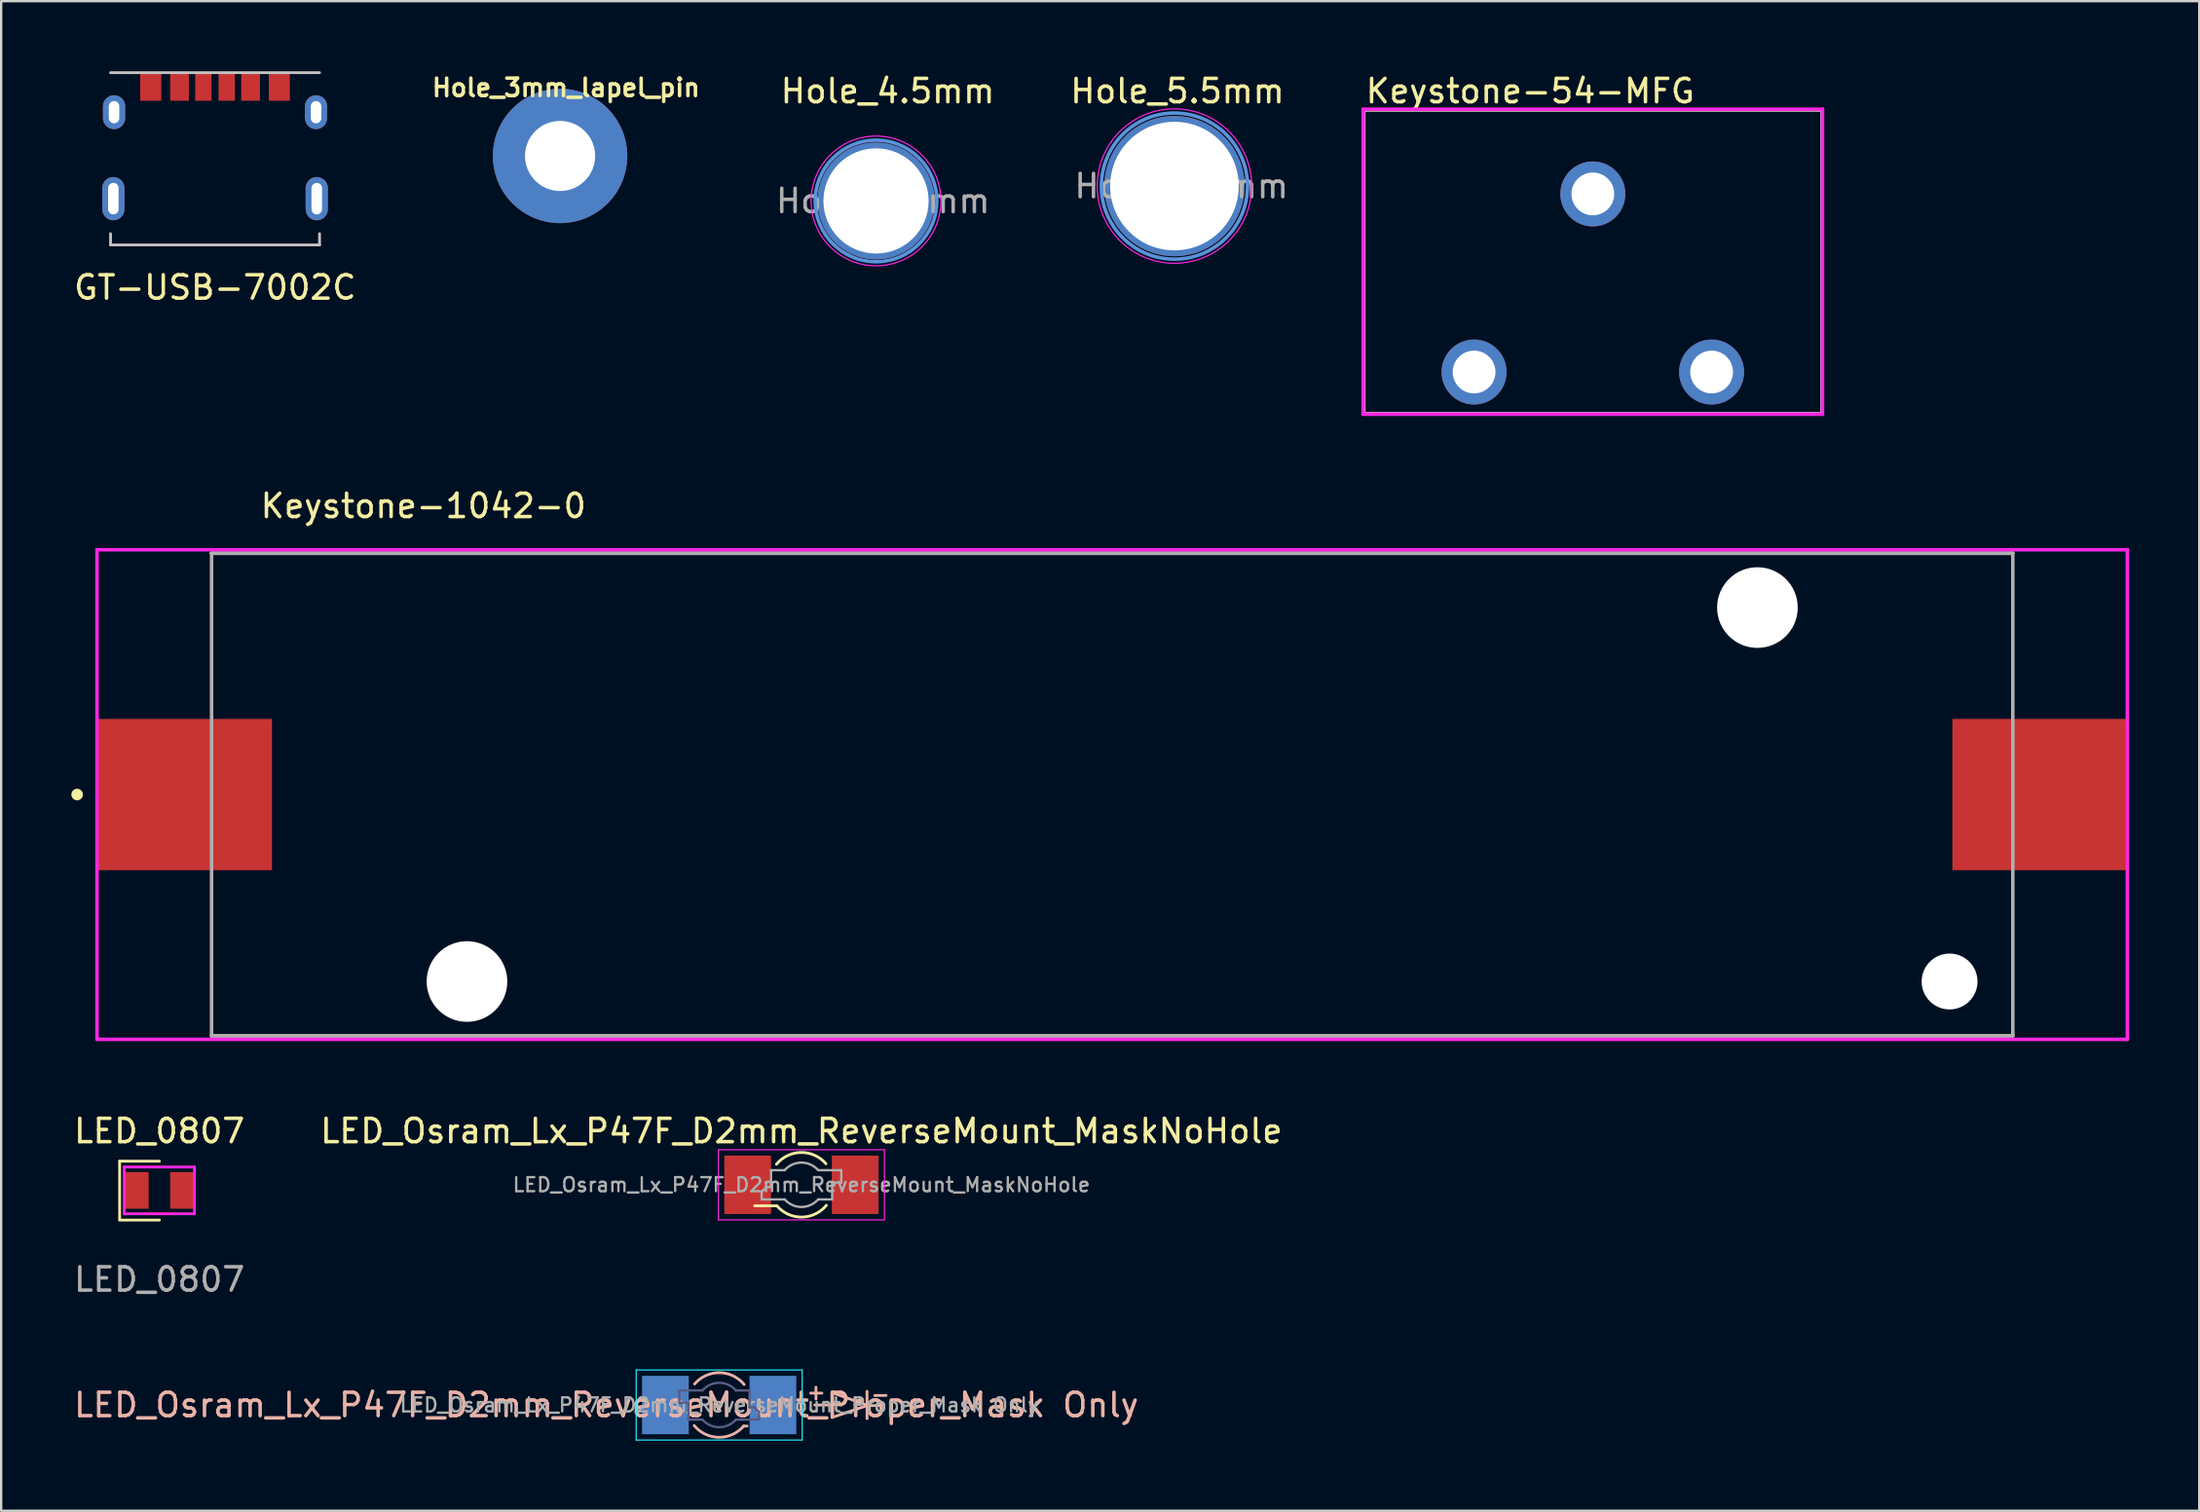
<source format=kicad_pcb>
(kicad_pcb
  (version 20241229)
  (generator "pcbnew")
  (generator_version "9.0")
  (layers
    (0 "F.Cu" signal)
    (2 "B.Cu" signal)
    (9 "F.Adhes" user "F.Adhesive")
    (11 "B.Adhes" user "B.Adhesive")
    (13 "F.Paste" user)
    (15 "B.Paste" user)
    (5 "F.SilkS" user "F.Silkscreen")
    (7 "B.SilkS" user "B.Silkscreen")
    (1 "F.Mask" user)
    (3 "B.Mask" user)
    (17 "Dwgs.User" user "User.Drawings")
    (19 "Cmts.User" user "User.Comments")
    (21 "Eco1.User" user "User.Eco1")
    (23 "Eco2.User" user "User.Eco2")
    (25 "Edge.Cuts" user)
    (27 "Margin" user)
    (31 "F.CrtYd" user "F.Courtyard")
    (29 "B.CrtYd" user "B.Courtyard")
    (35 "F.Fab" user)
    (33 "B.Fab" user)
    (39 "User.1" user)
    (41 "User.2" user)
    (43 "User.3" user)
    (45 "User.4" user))
  (footprint "LED_Osram_Lx_P47F_D2mm_ReverseMount_Proper_Mask Only"
    (layer "F.Cu")
    (at 27.713 57.068)
    (property "Reference" "LED_Osram_Lx_P47F_D2mm_ReverseMount_Proper_Mask Only" (at -4.826 0 0) (layer "B.SilkS") (effects (font (size 1 1) (thickness 0.15))))
    (attr smd)
    (fp_circle (center 0 0.000295) (end 1.092 0.000295) (stroke (width 0.12) (type solid)) (fill yes) (layer "F.Mask"))
    (fp_circle (center 0 0) (end -1.092 0) (stroke (width 0.12) (type solid)) (fill yes) (layer "B.Mask"))
    (fp_poly (pts (xy -3.302 1.245) (xy -1.321 1.245) (xy -1.321 -1.245) (xy -3.302 -1.245)) (stroke (width 0.1) (type solid)) (fill yes) (layer "B.Mask"))
    (fp_poly (pts (xy 1.321 1.219) (xy 3.251 1.219) (xy 3.251 -1.219) (xy 1.321 -1.219)) (stroke (width 0.1) (type solid)) (fill yes) (layer "B.Mask"))
    (fp_line (start 1.194 0.9) (end 1.05 0.9) (stroke (width 0.12) (type solid)) (layer "B.SilkS"))
    (fp_line (start 4.14 -0.762) (end 4.14 -0.254) (stroke (width 0.12) (type solid)) (layer "B.SilkS"))
    (fp_line (start 4.394 -0.508) (end 3.912 -0.508) (stroke (width 0.12) (type solid)) (layer "B.SilkS"))
    (fp_line (start 4.801 0) (end 4.089 0) (stroke (width 0.12) (type solid)) (layer "B.SilkS"))
    (fp_line (start 4.826 -0.533) (end 6.299 0) (stroke (width 0.12) (type solid)) (layer "B.SilkS"))
    (fp_line (start 4.826 0.533) (end 4.826 -0.533) (stroke (width 0.12) (type solid)) (layer "B.SilkS"))
    (fp_line (start 6.325 -0.584) (end 6.325 0.584) (stroke (width 0.12) (type solid)) (layer "B.SilkS"))
    (fp_line (start 6.325 0.025) (end 4.826 0.533) (stroke (width 0.12) (type solid)) (layer "B.SilkS"))
    (fp_line (start 6.325 0.025) (end 6.934 0.025) (stroke (width 0.12) (type solid)) (layer "B.SilkS"))
    (fp_line (start 7.137 -0.408) (end 6.655 -0.408) (stroke (width 0.12) (type solid)) (layer "B.SilkS"))
    (fp_arc (start -1.05 -0.9) (mid 0.014513 -1.382856) (end 1.068658 -0.877765) (stroke (width 0.12) (type solid)) (layer "B.SilkS"))
    (fp_arc (start 1.05 0.9) (mid -0.014513 1.382856) (end -1.068658 0.877765) (stroke (width 0.12) (type solid)) (layer "B.SilkS"))
    (fp_line (start -3.55 -1.5) (end -3.55 1.5) (stroke (width 0.05) (type solid)) (layer "B.CrtYd"))
    (fp_line (start -3.55 1.5) (end 3.55 1.5) (stroke (width 0.05) (type solid)) (layer "B.CrtYd"))
    (fp_line (start 3.55 -1.5) (end -3.55 -1.5) (stroke (width 0.05) (type solid)) (layer "B.CrtYd"))
    (fp_line (start 3.55 1.5) (end 3.55 -1.5) (stroke (width 0.05) (type solid)) (layer "B.CrtYd"))
    (fp_line (start -1.705 -0.625) (end -1.705 -0.095) (stroke (width 0.1) (type solid)) (layer "B.Fab"))
    (fp_line (start -1.705 -0.095) (end -1.315 -0.095) (stroke (width 0.1) (type solid)) (layer "B.Fab"))
    (fp_line (start -1.315 -0.095) (end -1.315 0.625) (stroke (width 0.1) (type solid)) (layer "B.Fab"))
    (fp_line (start -0.715 -0.625) (end -1.705 -0.625) (stroke (width 0.1) (type solid)) (layer "B.Fab"))
    (fp_line (start -0.715 0.625) (end -1.315 0.625) (stroke (width 0.1) (type solid)) (layer "B.Fab"))
    (fp_line (start 0.715 0.625) (end 1.7 0.625) (stroke (width 0.1) (type solid)) (layer "B.Fab"))
    (fp_line (start 1.3 -0.625) (end 0.715 -0.625) (stroke (width 0.1) (type solid)) (layer "B.Fab"))
    (fp_line (start 1.3 0.1) (end 1.3 -0.625) (stroke (width 0.1) (type solid)) (layer "B.Fab"))
    (fp_line (start 1.5 0.1) (end 1.3 0.1) (stroke (width 0.1) (type solid)) (layer "B.Fab"))
    (fp_line (start 1.7 0.3) (end 1.5 0.1) (stroke (width 0.1) (type solid)) (layer "B.Fab"))
    (fp_line (start 1.7 0.3) (end 1.7 0.625) (stroke (width 0.1) (type solid)) (layer "B.Fab"))
    (fp_arc (start -0.715 -0.625) (mid -0.000704 -0.949658) (end 0.714073 -0.626059) (stroke (width 0.1) (type solid)) (layer "B.Fab"))
    (fp_arc (start 0.715 0.625) (mid 0.000704 0.949658) (end -0.714073 0.626059) (stroke (width 0.1) (type solid)) (layer "B.Fab"))
    (fp_text user "${REFERENCE}" (at 0 0 0) (layer "F.Fab") (effects (font (size 0.6 0.6) (thickness 0.1))))
    (pad "" smd rect (at -2.286 0) (size 1.956 2.464) (layers "B.Mask" "B.Paste"))
    (pad "" smd rect (at 2.286 0) (size 1.93 2.438) (layers "B.Mask" "B.Paste"))
    (pad "1" smd rect (at 2.3 0) (size 2 2.5) (layers "B.Cu"))
    (pad "2" smd rect (at -2.3 0) (size 2 2.5) (layers "B.Cu"))
    (zone (net_name "") (layers "F.Cu" "B.Cu" "F.SilkS") (name "keep out") (hatch edge 0.127) (connect_pads) (min_thickness 0.25) (filled_areas_thickness no) (keepout (tracks not_allowed) (vias not_allowed) (pads not_allowed) (copperpour not_allowed) (footprints not_allowed)) (placement (enabled no)) (fill) (polygon (pts (xy 26.545 55.9) (xy 26.545 58.236) (xy 28.881 58.236) (xy 28.881 55.9)))))
  (footprint "Hole_3mm_lapel_pin"
    (layer "F.Cu")
    (at 20.908 3.623)
    (property "Reference" "Hole_3mm_lapel_pin" (at 0.254 -2.921 0) (layer "F.SilkS") (effects (font (size 0.75 0.75) (thickness 0.15))))
    (attr through_hole)
    (pad "" thru_hole circle (at 0 0) (size 5.75 5.75) (drill 3) (layers "*.Cu" "*.Mask")))
  (footprint "Hole_5.5mm"
    (layer "F.Cu")
    (at 47.188 4.912)
    (property "Reference" "Hole_5.5mm" (at 0.127 -4.064 0) (layer "F.SilkS") (effects (font (size 1 1) (thickness 0.15))))
    (attr exclude_from_pos_files exclude_from_bom)
    (fp_circle (center 0 0) (end 3.124 0.127) (stroke (width 0.15) (type solid)) (fill no) (layer "Cmts.User"))
    (fp_circle (center 0 0) (end 3.302 0.102) (stroke (width 0.05) (type solid)) (fill no) (layer "F.CrtYd"))
    (fp_text user "${REFERENCE}" (at 0.3 0 0) (layer "F.Fab") (effects (font (size 1 1) (thickness 0.15))))
    (pad "" thru_hole circle (at 0 0) (size 6 6) (drill 5.5) (layers "*.Cu" "*.Mask")))
  (footprint "Hole_4.5mm"
    (layer "F.Cu")
    (at 34.423 5.548)
    (property "Reference" "Hole_4.5mm" (at 0.5 -4.7 0) (layer "F.SilkS") (effects (font (size 1 1) (thickness 0.15))))
    (attr exclude_from_pos_files exclude_from_bom)
    (fp_circle (center 0 0) (end 2.591 0.229) (stroke (width 0.15) (type solid)) (fill no) (layer "Cmts.User"))
    (fp_circle (center 0 0) (end 2.769 0.203) (stroke (width 0.05) (type solid)) (fill no) (layer "F.CrtYd"))
    (fp_text user "${REFERENCE}" (at 0.3 0 0) (layer "F.Fab") (effects (font (size 1 1) (thickness 0.15))))
    (pad "2" thru_hole circle (at 0 0) (size 5 5) (drill 4.5) (layers "*.Cu" "*.Mask")))
  (footprint "GT-USB-7002C"
    (layer "F.Cu")
    (at 6.149 5.45)
    (property "Reference" "GT-USB-7002C" (at 0 3.8 0) (unlocked yes) (layer "F.SilkS") (effects (font (size 1 1) (thickness 0.15))))
    (attr smd)
    (fp_line (start -4.47 -5.39) (end 4.47 -5.39) (stroke (width 0.12) (type solid)) (layer "Dwgs.User"))
    (fp_line (start -4.47 1.98) (end -4.47 1.5) (stroke (width 0.12) (type solid)) (layer "Dwgs.User"))
    (fp_line (start -4.47 1.98) (end 4.47 1.98) (stroke (width 0.12) (type solid)) (layer "Dwgs.User"))
    (fp_line (start 4.47 1.98) (end 4.47 1.5) (stroke (width 0.12) (type solid)) (layer "Dwgs.User"))
    (pad "A5" smd rect (at -0.5 -4.79) (size 0.7 1.2) (layers "F.Cu" "F.Mask" "F.Paste"))
    (pad "A9" smd rect (at 1.52 -4.79) (size 0.8 1.2) (layers "F.Cu" "F.Mask" "F.Paste"))
    (pad "A12" smd rect (at 2.75 -4.79) (size 0.9 1.2) (layers "F.Cu" "F.Mask" "F.Paste"))
    (pad "B5" smd rect (at 0.5 -4.79) (size 0.7 1.2) (layers "F.Cu" "F.Mask" "F.Paste"))
    (pad "B9" smd rect (at -1.52 -4.79) (size 0.8 1.2) (layers "F.Cu" "F.Mask" "F.Paste"))
    (pad "B12" smd rect (at -2.75 -4.79) (size 0.9 1.2) (layers "F.Cu" "F.Mask" "F.Paste"))
    (pad "S1" thru_hole oval (at -4.35 0) (size 0.95 1.85) (drill oval 0.45 1.35) (layers "*.Cu" "*.Mask"))
    (pad "S1" thru_hole oval (at -4.32 -3.7) (size 0.95 1.45) (drill oval 0.45 0.95) (layers "*.Cu" "*.Mask"))
    (pad "S1" thru_hole oval (at 4.32 -3.7) (size 0.95 1.45) (drill oval 0.45 0.95) (layers "*.Cu" "*.Mask"))
    (pad "S1" thru_hole oval (at 4.35 0) (size 0.95 1.85) (drill oval 0.45 1.35) (layers "*.Cu" "*.Mask")))
  (footprint "LED_0807"
    (layer "F.Cu")
    (at 3.768 47.885)
    (property "Reference" "LED_0807" (at 0 -2.54 0) (unlocked yes) (layer "F.SilkS") (effects (font (size 1 1) (thickness 0.15))))
    (attr smd)
    (fp_line (start -1.7 1.25) (end -1.7 -1.25) (stroke (width 0.12) (type default)) (layer "F.SilkS"))
    (fp_line (start 0 -1.25) (end -1.7 -1.25) (stroke (width 0.12) (type default)) (layer "F.SilkS"))
    (fp_line (start 0 1.27) (end -1.7 1.27) (stroke (width 0.12) (type default)) (layer "F.SilkS"))
    (fp_line (start -1.5 -1) (end -1.5 1) (stroke (width 0.12) (type default)) (layer "F.CrtYd"))
    (fp_line (start -1.5 -1) (end 1.5 -1) (stroke (width 0.12) (type default)) (layer "F.CrtYd"))
    (fp_line (start -1.5 1) (end 1.5 1) (stroke (width 0.12) (type default)) (layer "F.CrtYd"))
    (fp_line (start 1.5 -1) (end 1.5 1) (stroke (width 0.12) (type default)) (layer "F.CrtYd"))
    (fp_text user "${REFERENCE}" (at 0 3.81 0) (unlocked yes) (layer "F.Fab") (effects (font (size 1 1) (thickness 0.15))))
    (pad "1" smd rect (at -0.96 0) (size 1 1.57) (layers "F.Cu" "F.Mask" "F.Paste"))
    (pad "2" smd rect (at 0.96 0) (size 1 1.57) (layers "F.Cu" "F.Mask" "F.Paste")))
  (footprint "Keystone-54-MFG"
    (layer "F.Cu")
    (at 65.085 8.148)
    (property "Reference" "Keystone-54-MFG" (at -9.8 -7.3 0) (layer "F.SilkS") (effects (font (size 1 1) (thickness 0.15)) (justify left)))
    (attr through_hole)
    (fp_line (start -9.8 -6.5) (end 9.8 -6.5) (stroke (width 0.15) (type solid)) (layer "F.SilkS"))
    (fp_line (start -9.8 6.5) (end -9.8 -6.5) (stroke (width 0.15) (type solid)) (layer "F.SilkS"))
    (fp_line (start -9.8 6.5) (end 9.8 6.5) (stroke (width 0.15) (type solid)) (layer "F.SilkS"))
    (fp_line (start 9.8 6.5) (end 9.8 -6.5) (stroke (width 0.15) (type solid)) (layer "F.SilkS"))
    (fp_line (start -9.825 -6.525) (end -9.825 6.525) (stroke (width 0.15) (type solid)) (layer "F.CrtYd"))
    (fp_line (start -9.825 6.525) (end 9.825 6.525) (stroke (width 0.15) (type solid)) (layer "F.CrtYd"))
    (fp_line (start 9.825 -6.525) (end -9.825 -6.525) (stroke (width 0.15) (type solid)) (layer "F.CrtYd"))
    (fp_line (start 9.825 -6.525) (end 9.825 -6.525) (stroke (width 0.15) (type solid)) (layer "F.CrtYd"))
    (fp_line (start 9.825 6.525) (end 9.825 -6.525) (stroke (width 0.15) (type solid)) (layer "F.CrtYd"))
    (fp_line (start -9.8 -6.5) (end 9.8 -6.5) (stroke (width 0.15) (type solid)) (layer "F.Fab"))
    (fp_line (start -9.8 6.5) (end -9.8 -6.5) (stroke (width 0.15) (type solid)) (layer "F.Fab"))
    (fp_line (start 9.8 -6.5) (end 9.8 6.5) (stroke (width 0.15) (type solid)) (layer "F.Fab"))
    (fp_line (start 9.8 6.5) (end -9.8 6.5) (stroke (width 0.15) (type solid)) (layer "F.Fab"))
    (pad "1" thru_hole circle (at -5.08 4.72) (size 2.78 2.78) (drill 1.83) (layers "*.Cu"))
    (pad "1" thru_hole circle (at 0 -2.9 90) (size 2.78 2.78) (drill 1.83) (layers "*.Cu"))
    (pad "1" thru_hole circle (at 5.08 4.72) (size 2.78 2.78) (drill 1.83) (layers "*.Cu")))
  (footprint "LED_Osram_Lx_P47F_D2mm_ReverseMount_MaskNoHole"
    (layer "F.Cu")
    (at 31.232 47.645)
    (property "Reference" "LED_Osram_Lx_P47F_D2mm_ReverseMount_MaskNoHole" (at 0 -2.3 0) (layer "F.SilkS") (effects (font (size 1 1) (thickness 0.15))))
    (attr smd)
    (fp_circle (center 0 0) (end 0.762 0.762) (stroke (width 0.12) (type solid)) (fill no) (layer "F.Mask"))
    (fp_poly (pts (xy 0.381 -1.016) (xy 0.635 -0.889) (xy 0.889 -0.635) (xy 1.016 -0.381) (xy 1.078 0) (xy 1.016 0.381) (xy 0.762 0.762) (xy 0.508 0.889) (xy 0 1.078) (xy -0.381 1.016) (xy -0.762 0.762) (xy -1.016 0.381) (xy -1.078 0) (xy -1.016 -0.381) (xy -0.762 -0.762) (xy -0.381 -1.016) (xy 0 -1.078)) (stroke (width 0.1) (type solid)) (fill yes) (layer "F.Mask"))
    (fp_line (start -2 0.9) (end -1.05 0.9) (stroke (width 0.12) (type solid)) (layer "F.SilkS"))
    (fp_arc (start -1.068658 -0.877765) (mid -0.014513 -1.382856) (end 1.05 -0.9) (stroke (width 0.12) (type solid)) (layer "F.SilkS"))
    (fp_arc (start 1.068658 0.877765) (mid 0.014513 1.382856) (end -1.05 0.9) (stroke (width 0.12) (type solid)) (layer "F.SilkS"))
    (fp_line (start -3.55 -1.5) (end 3.55 -1.5) (stroke (width 0.05) (type solid)) (layer "F.CrtYd"))
    (fp_line (start -3.55 1.5) (end -3.55 -1.5) (stroke (width 0.05) (type solid)) (layer "F.CrtYd"))
    (fp_line (start 3.55 -1.5) (end 3.55 1.5) (stroke (width 0.05) (type solid)) (layer "F.CrtYd"))
    (fp_line (start 3.55 1.5) (end -3.55 1.5) (stroke (width 0.05) (type solid)) (layer "F.CrtYd"))
    (fp_line (start -1.7 0.3) (end -1.7 0.625) (stroke (width 0.1) (type solid)) (layer "F.Fab"))
    (fp_line (start -1.7 0.3) (end -1.5 0.1) (stroke (width 0.1) (type solid)) (layer "F.Fab"))
    (fp_line (start -1.5 0.1) (end -1.3 0.1) (stroke (width 0.1) (type solid)) (layer "F.Fab"))
    (fp_line (start -1.3 -0.625) (end -0.715 -0.625) (stroke (width 0.1) (type solid)) (layer "F.Fab"))
    (fp_line (start -1.3 0.1) (end -1.3 -0.625) (stroke (width 0.1) (type solid)) (layer "F.Fab"))
    (fp_line (start -0.715 0.625) (end -1.7 0.625) (stroke (width 0.1) (type solid)) (layer "F.Fab"))
    (fp_line (start 0.715 -0.625) (end 1.705 -0.625) (stroke (width 0.1) (type solid)) (layer "F.Fab"))
    (fp_line (start 0.715 0.625) (end 1.315 0.625) (stroke (width 0.1) (type solid)) (layer "F.Fab"))
    (fp_line (start 1.315 -0.095) (end 1.315 0.625) (stroke (width 0.1) (type solid)) (layer "F.Fab"))
    (fp_line (start 1.705 -0.625) (end 1.705 -0.095) (stroke (width 0.1) (type solid)) (layer "F.Fab"))
    (fp_line (start 1.705 -0.095) (end 1.315 -0.095) (stroke (width 0.1) (type solid)) (layer "F.Fab"))
    (fp_arc (start -0.714073 -0.626059) (mid 0.000704 -0.949658) (end 0.715 -0.625) (stroke (width 0.1) (type solid)) (layer "F.Fab"))
    (fp_arc (start 0.714073 0.626059) (mid -0.000704 0.949658) (end -0.715 0.625) (stroke (width 0.1) (type solid)) (layer "F.Fab"))
    (fp_text user "${REFERENCE}" (at 0 0 0) (layer "F.Fab") (effects (font (size 0.6 0.6) (thickness 0.1))))
    (pad "" smd rect (at -1.55 0.375) (size 0.5 0.7) (layers "F.Mask" "F.Paste"))
    (pad "" smd rect (at 1.55 -0.375) (size 0.5 0.7) (layers "F.Mask" "F.Paste"))
    (pad "1" smd rect (at -2.3 0) (size 2 2.5) (layers "F.Cu"))
    (pad "2" smd rect (at 2.3 0) (size 2 2.5) (layers "F.Cu")))
  (footprint "Keystone-1042-0"
    (layer "F.Cu")
    (at 44.525 30.947)
    (property "Reference" "Keystone-1042-0" (at -36.515 -12.35 0) (layer "F.SilkS") (effects (font (size 1 1) (thickness 0.15)) (justify left)))
    (attr through_hole)
    (fp_line (start 38.525 -10.325) (end -38.525 -10.325) (stroke (width 0.15) (type solid)) (layer "F.SilkS"))
    (fp_line (start 38.525 10.325) (end -38.525 10.325) (stroke (width 0.15) (type solid)) (layer "F.SilkS"))
    (fp_circle (center -44.275 0) (end -44.15 0) (stroke (width 0.25) (type solid)) (fill no) (layer "F.SilkS"))
    (fp_line (start -43.425 -10.475) (end -43.425 10.475) (stroke (width 0.15) (type solid)) (layer "F.CrtYd"))
    (fp_line (start -43.425 10.475) (end 43.425 10.475) (stroke (width 0.15) (type solid)) (layer "F.CrtYd"))
    (fp_line (start 43.425 -10.475) (end -43.425 -10.475) (stroke (width 0.15) (type solid)) (layer "F.CrtYd"))
    (fp_line (start 43.425 -10.475) (end 43.425 -10.475) (stroke (width 0.15) (type solid)) (layer "F.CrtYd"))
    (fp_line (start 43.425 10.475) (end 43.425 -10.475) (stroke (width 0.15) (type solid)) (layer "F.CrtYd"))
    (fp_line (start -38.525 -10.325) (end 38.525 -10.325) (stroke (width 0.15) (type solid)) (layer "F.Fab"))
    (fp_line (start -38.525 10.325) (end -38.525 -10.325) (stroke (width 0.15) (type solid)) (layer "F.Fab"))
    (fp_line (start 38.525 -10.325) (end 38.525 10.325) (stroke (width 0.15) (type solid)) (layer "F.Fab"))
    (fp_line (start 38.525 10.325) (end -38.525 10.325) (stroke (width 0.15) (type solid)) (layer "F.Fab"))
    (pad "" np_thru_hole circle (at -27.6 8) (size 3.45 3.45) (drill 3.45) (layers "*.Cu" "*.Mask"))
    (pad "" np_thru_hole circle (at 27.6 -8) (size 3.45 3.45) (drill 3.45) (layers "*.Cu" "*.Mask"))
    (pad "" np_thru_hole circle (at 35.82 8) (size 2.39 2.39) (drill 2.39) (layers "*.Cu" "*.Mask"))
    (pad "1" smd rect (at -39.67 0) (size 7.46 6.47) (layers "F.Cu" "F.Mask" "F.Paste"))
    (pad "2" smd rect (at 39.67 0) (size 7.46 6.47) (layers "F.Cu" "F.Mask" "F.Paste")))
  (gr_rect
    (start -3 -3)
    (end 91.025 61.593)
    (stroke (width 0.1) (type default))
    (fill no)
    (layer "Edge.Cuts")))
</source>
